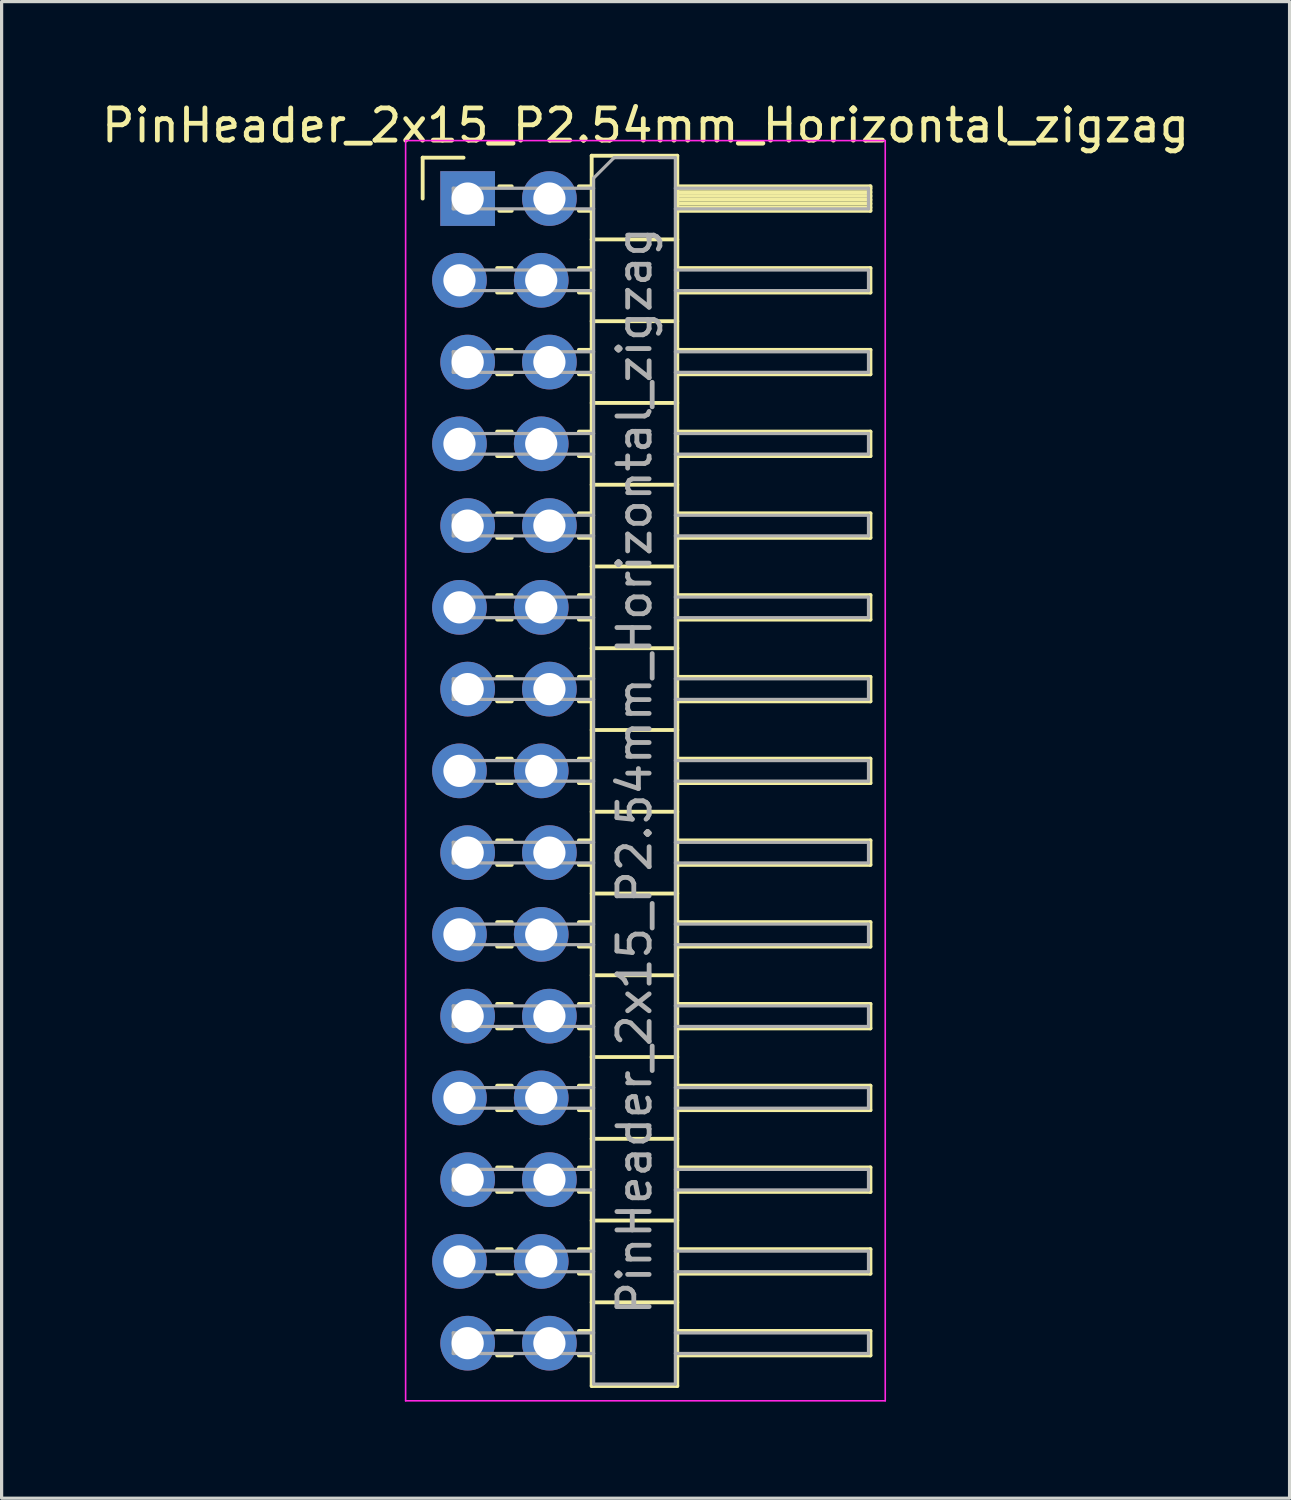
<source format=kicad_pcb>
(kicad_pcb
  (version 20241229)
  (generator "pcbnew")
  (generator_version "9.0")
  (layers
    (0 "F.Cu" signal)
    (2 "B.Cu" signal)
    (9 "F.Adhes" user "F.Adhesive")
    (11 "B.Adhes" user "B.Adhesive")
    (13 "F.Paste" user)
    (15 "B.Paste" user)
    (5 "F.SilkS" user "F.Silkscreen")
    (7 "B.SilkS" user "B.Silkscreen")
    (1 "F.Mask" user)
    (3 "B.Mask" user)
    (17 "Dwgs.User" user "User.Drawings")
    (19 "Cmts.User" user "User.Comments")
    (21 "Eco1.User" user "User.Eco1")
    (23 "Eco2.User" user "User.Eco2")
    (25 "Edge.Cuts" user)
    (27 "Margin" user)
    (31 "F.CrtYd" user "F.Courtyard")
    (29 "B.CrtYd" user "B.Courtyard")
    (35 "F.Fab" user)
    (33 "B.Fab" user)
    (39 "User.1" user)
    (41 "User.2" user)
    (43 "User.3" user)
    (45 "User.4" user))
  (footprint "PinHeader_2x15_P2.54mm_Horizontal_zigzag"
    (layer "F.Cu")
    (at 11.351 3.118)
    (property "Reference" "PinHeader_2x15_P2.54mm_Horizontal_zigzag" (at 5.655 -2.27 0) (layer "F.SilkS") (effects (font (size 1 1) (thickness 0.15))))
    (attr through_hole)
    (fp_line (start -1.27 -1.27) (end 0 -1.27) (stroke (width 0.12) (type solid)) (layer "F.SilkS"))
    (fp_line (start -1.27 0) (end -1.27 -1.27) (stroke (width 0.12) (type solid)) (layer "F.SilkS"))
    (fp_line (start 1.043 2.16) (end 1.497 2.16) (stroke (width 0.12) (type solid)) (layer "F.SilkS"))
    (fp_line (start 1.043 2.92) (end 1.497 2.92) (stroke (width 0.12) (type solid)) (layer "F.SilkS"))
    (fp_line (start 1.043 4.7) (end 1.497 4.7) (stroke (width 0.12) (type solid)) (layer "F.SilkS"))
    (fp_line (start 1.043 5.46) (end 1.497 5.46) (stroke (width 0.12) (type solid)) (layer "F.SilkS"))
    (fp_line (start 1.043 7.24) (end 1.497 7.24) (stroke (width 0.12) (type solid)) (layer "F.SilkS"))
    (fp_line (start 1.043 8) (end 1.497 8) (stroke (width 0.12) (type solid)) (layer "F.SilkS"))
    (fp_line (start 1.043 9.78) (end 1.497 9.78) (stroke (width 0.12) (type solid)) (layer "F.SilkS"))
    (fp_line (start 1.043 10.54) (end 1.497 10.54) (stroke (width 0.12) (type solid)) (layer "F.SilkS"))
    (fp_line (start 1.043 12.32) (end 1.497 12.32) (stroke (width 0.12) (type solid)) (layer "F.SilkS"))
    (fp_line (start 1.043 13.08) (end 1.497 13.08) (stroke (width 0.12) (type solid)) (layer "F.SilkS"))
    (fp_line (start 1.043 14.86) (end 1.497 14.86) (stroke (width 0.12) (type solid)) (layer "F.SilkS"))
    (fp_line (start 1.043 15.62) (end 1.497 15.62) (stroke (width 0.12) (type solid)) (layer "F.SilkS"))
    (fp_line (start 1.043 17.4) (end 1.497 17.4) (stroke (width 0.12) (type solid)) (layer "F.SilkS"))
    (fp_line (start 1.043 18.16) (end 1.497 18.16) (stroke (width 0.12) (type solid)) (layer "F.SilkS"))
    (fp_line (start 1.043 19.94) (end 1.497 19.94) (stroke (width 0.12) (type solid)) (layer "F.SilkS"))
    (fp_line (start 1.043 20.7) (end 1.497 20.7) (stroke (width 0.12) (type solid)) (layer "F.SilkS"))
    (fp_line (start 1.043 22.48) (end 1.497 22.48) (stroke (width 0.12) (type solid)) (layer "F.SilkS"))
    (fp_line (start 1.043 23.24) (end 1.497 23.24) (stroke (width 0.12) (type solid)) (layer "F.SilkS"))
    (fp_line (start 1.043 25.02) (end 1.497 25.02) (stroke (width 0.12) (type solid)) (layer "F.SilkS"))
    (fp_line (start 1.043 25.78) (end 1.497 25.78) (stroke (width 0.12) (type solid)) (layer "F.SilkS"))
    (fp_line (start 1.043 27.56) (end 1.497 27.56) (stroke (width 0.12) (type solid)) (layer "F.SilkS"))
    (fp_line (start 1.043 28.32) (end 1.497 28.32) (stroke (width 0.12) (type solid)) (layer "F.SilkS"))
    (fp_line (start 1.043 30.1) (end 1.497 30.1) (stroke (width 0.12) (type solid)) (layer "F.SilkS"))
    (fp_line (start 1.043 30.86) (end 1.497 30.86) (stroke (width 0.12) (type solid)) (layer "F.SilkS"))
    (fp_line (start 1.043 32.64) (end 1.497 32.64) (stroke (width 0.12) (type solid)) (layer "F.SilkS"))
    (fp_line (start 1.043 33.4) (end 1.497 33.4) (stroke (width 0.12) (type solid)) (layer "F.SilkS"))
    (fp_line (start 1.043 35.18) (end 1.497 35.18) (stroke (width 0.12) (type solid)) (layer "F.SilkS"))
    (fp_line (start 1.043 35.94) (end 1.497 35.94) (stroke (width 0.12) (type solid)) (layer "F.SilkS"))
    (fp_line (start 1.11 -0.38) (end 1.497 -0.38) (stroke (width 0.12) (type solid)) (layer "F.SilkS"))
    (fp_line (start 1.11 0.38) (end 1.497 0.38) (stroke (width 0.12) (type solid)) (layer "F.SilkS"))
    (fp_line (start 3.583 -0.38) (end 3.98 -0.38) (stroke (width 0.12) (type solid)) (layer "F.SilkS"))
    (fp_line (start 3.583 0.38) (end 3.98 0.38) (stroke (width 0.12) (type solid)) (layer "F.SilkS"))
    (fp_line (start 3.583 2.16) (end 3.98 2.16) (stroke (width 0.12) (type solid)) (layer "F.SilkS"))
    (fp_line (start 3.583 2.92) (end 3.98 2.92) (stroke (width 0.12) (type solid)) (layer "F.SilkS"))
    (fp_line (start 3.583 4.7) (end 3.98 4.7) (stroke (width 0.12) (type solid)) (layer "F.SilkS"))
    (fp_line (start 3.583 5.46) (end 3.98 5.46) (stroke (width 0.12) (type solid)) (layer "F.SilkS"))
    (fp_line (start 3.583 7.24) (end 3.98 7.24) (stroke (width 0.12) (type solid)) (layer "F.SilkS"))
    (fp_line (start 3.583 8) (end 3.98 8) (stroke (width 0.12) (type solid)) (layer "F.SilkS"))
    (fp_line (start 3.583 9.78) (end 3.98 9.78) (stroke (width 0.12) (type solid)) (layer "F.SilkS"))
    (fp_line (start 3.583 10.54) (end 3.98 10.54) (stroke (width 0.12) (type solid)) (layer "F.SilkS"))
    (fp_line (start 3.583 12.32) (end 3.98 12.32) (stroke (width 0.12) (type solid)) (layer "F.SilkS"))
    (fp_line (start 3.583 13.08) (end 3.98 13.08) (stroke (width 0.12) (type solid)) (layer "F.SilkS"))
    (fp_line (start 3.583 14.86) (end 3.98 14.86) (stroke (width 0.12) (type solid)) (layer "F.SilkS"))
    (fp_line (start 3.583 15.62) (end 3.98 15.62) (stroke (width 0.12) (type solid)) (layer "F.SilkS"))
    (fp_line (start 3.583 17.4) (end 3.98 17.4) (stroke (width 0.12) (type solid)) (layer "F.SilkS"))
    (fp_line (start 3.583 18.16) (end 3.98 18.16) (stroke (width 0.12) (type solid)) (layer "F.SilkS"))
    (fp_line (start 3.583 19.94) (end 3.98 19.94) (stroke (width 0.12) (type solid)) (layer "F.SilkS"))
    (fp_line (start 3.583 20.7) (end 3.98 20.7) (stroke (width 0.12) (type solid)) (layer "F.SilkS"))
    (fp_line (start 3.583 22.48) (end 3.98 22.48) (stroke (width 0.12) (type solid)) (layer "F.SilkS"))
    (fp_line (start 3.583 23.24) (end 3.98 23.24) (stroke (width 0.12) (type solid)) (layer "F.SilkS"))
    (fp_line (start 3.583 25.02) (end 3.98 25.02) (stroke (width 0.12) (type solid)) (layer "F.SilkS"))
    (fp_line (start 3.583 25.78) (end 3.98 25.78) (stroke (width 0.12) (type solid)) (layer "F.SilkS"))
    (fp_line (start 3.583 27.56) (end 3.98 27.56) (stroke (width 0.12) (type solid)) (layer "F.SilkS"))
    (fp_line (start 3.583 28.32) (end 3.98 28.32) (stroke (width 0.12) (type solid)) (layer "F.SilkS"))
    (fp_line (start 3.583 30.1) (end 3.98 30.1) (stroke (width 0.12) (type solid)) (layer "F.SilkS"))
    (fp_line (start 3.583 30.86) (end 3.98 30.86) (stroke (width 0.12) (type solid)) (layer "F.SilkS"))
    (fp_line (start 3.583 32.64) (end 3.98 32.64) (stroke (width 0.12) (type solid)) (layer "F.SilkS"))
    (fp_line (start 3.583 33.4) (end 3.98 33.4) (stroke (width 0.12) (type solid)) (layer "F.SilkS"))
    (fp_line (start 3.583 35.18) (end 3.98 35.18) (stroke (width 0.12) (type solid)) (layer "F.SilkS"))
    (fp_line (start 3.583 35.94) (end 3.98 35.94) (stroke (width 0.12) (type solid)) (layer "F.SilkS"))
    (fp_line (start 3.98 -1.33) (end 3.98 36.89) (stroke (width 0.12) (type solid)) (layer "F.SilkS"))
    (fp_line (start 3.98 1.27) (end 6.64 1.27) (stroke (width 0.12) (type solid)) (layer "F.SilkS"))
    (fp_line (start 3.98 3.81) (end 6.64 3.81) (stroke (width 0.12) (type solid)) (layer "F.SilkS"))
    (fp_line (start 3.98 6.35) (end 6.64 6.35) (stroke (width 0.12) (type solid)) (layer "F.SilkS"))
    (fp_line (start 3.98 8.89) (end 6.64 8.89) (stroke (width 0.12) (type solid)) (layer "F.SilkS"))
    (fp_line (start 3.98 11.43) (end 6.64 11.43) (stroke (width 0.12) (type solid)) (layer "F.SilkS"))
    (fp_line (start 3.98 13.97) (end 6.64 13.97) (stroke (width 0.12) (type solid)) (layer "F.SilkS"))
    (fp_line (start 3.98 16.51) (end 6.64 16.51) (stroke (width 0.12) (type solid)) (layer "F.SilkS"))
    (fp_line (start 3.98 19.05) (end 6.64 19.05) (stroke (width 0.12) (type solid)) (layer "F.SilkS"))
    (fp_line (start 3.98 21.59) (end 6.64 21.59) (stroke (width 0.12) (type solid)) (layer "F.SilkS"))
    (fp_line (start 3.98 24.13) (end 6.64 24.13) (stroke (width 0.12) (type solid)) (layer "F.SilkS"))
    (fp_line (start 3.98 26.67) (end 6.64 26.67) (stroke (width 0.12) (type solid)) (layer "F.SilkS"))
    (fp_line (start 3.98 29.21) (end 6.64 29.21) (stroke (width 0.12) (type solid)) (layer "F.SilkS"))
    (fp_line (start 3.98 31.75) (end 6.64 31.75) (stroke (width 0.12) (type solid)) (layer "F.SilkS"))
    (fp_line (start 3.98 34.29) (end 6.64 34.29) (stroke (width 0.12) (type solid)) (layer "F.SilkS"))
    (fp_line (start 3.98 36.89) (end 6.64 36.89) (stroke (width 0.12) (type solid)) (layer "F.SilkS"))
    (fp_line (start 6.64 -1.33) (end 3.98 -1.33) (stroke (width 0.12) (type solid)) (layer "F.SilkS"))
    (fp_line (start 6.64 -0.38) (end 12.64 -0.38) (stroke (width 0.12) (type solid)) (layer "F.SilkS"))
    (fp_line (start 6.64 -0.32) (end 12.64 -0.32) (stroke (width 0.12) (type solid)) (layer "F.SilkS"))
    (fp_line (start 6.64 -0.2) (end 12.64 -0.2) (stroke (width 0.12) (type solid)) (layer "F.SilkS"))
    (fp_line (start 6.64 -0.08) (end 12.64 -0.08) (stroke (width 0.12) (type solid)) (layer "F.SilkS"))
    (fp_line (start 6.64 0.04) (end 12.64 0.04) (stroke (width 0.12) (type solid)) (layer "F.SilkS"))
    (fp_line (start 6.64 0.16) (end 12.64 0.16) (stroke (width 0.12) (type solid)) (layer "F.SilkS"))
    (fp_line (start 6.64 0.28) (end 12.64 0.28) (stroke (width 0.12) (type solid)) (layer "F.SilkS"))
    (fp_line (start 6.64 2.16) (end 12.64 2.16) (stroke (width 0.12) (type solid)) (layer "F.SilkS"))
    (fp_line (start 6.64 4.7) (end 12.64 4.7) (stroke (width 0.12) (type solid)) (layer "F.SilkS"))
    (fp_line (start 6.64 7.24) (end 12.64 7.24) (stroke (width 0.12) (type solid)) (layer "F.SilkS"))
    (fp_line (start 6.64 9.78) (end 12.64 9.78) (stroke (width 0.12) (type solid)) (layer "F.SilkS"))
    (fp_line (start 6.64 12.32) (end 12.64 12.32) (stroke (width 0.12) (type solid)) (layer "F.SilkS"))
    (fp_line (start 6.64 14.86) (end 12.64 14.86) (stroke (width 0.12) (type solid)) (layer "F.SilkS"))
    (fp_line (start 6.64 17.4) (end 12.64 17.4) (stroke (width 0.12) (type solid)) (layer "F.SilkS"))
    (fp_line (start 6.64 19.94) (end 12.64 19.94) (stroke (width 0.12) (type solid)) (layer "F.SilkS"))
    (fp_line (start 6.64 22.48) (end 12.64 22.48) (stroke (width 0.12) (type solid)) (layer "F.SilkS"))
    (fp_line (start 6.64 25.02) (end 12.64 25.02) (stroke (width 0.12) (type solid)) (layer "F.SilkS"))
    (fp_line (start 6.64 27.56) (end 12.64 27.56) (stroke (width 0.12) (type solid)) (layer "F.SilkS"))
    (fp_line (start 6.64 30.1) (end 12.64 30.1) (stroke (width 0.12) (type solid)) (layer "F.SilkS"))
    (fp_line (start 6.64 32.64) (end 12.64 32.64) (stroke (width 0.12) (type solid)) (layer "F.SilkS"))
    (fp_line (start 6.64 35.18) (end 12.64 35.18) (stroke (width 0.12) (type solid)) (layer "F.SilkS"))
    (fp_line (start 6.64 36.89) (end 6.64 -1.33) (stroke (width 0.12) (type solid)) (layer "F.SilkS"))
    (fp_line (start 12.64 -0.38) (end 12.64 0.38) (stroke (width 0.12) (type solid)) (layer "F.SilkS"))
    (fp_line (start 12.64 0.38) (end 6.64 0.38) (stroke (width 0.12) (type solid)) (layer "F.SilkS"))
    (fp_line (start 12.64 2.16) (end 12.64 2.92) (stroke (width 0.12) (type solid)) (layer "F.SilkS"))
    (fp_line (start 12.64 2.92) (end 6.64 2.92) (stroke (width 0.12) (type solid)) (layer "F.SilkS"))
    (fp_line (start 12.64 4.7) (end 12.64 5.46) (stroke (width 0.12) (type solid)) (layer "F.SilkS"))
    (fp_line (start 12.64 5.46) (end 6.64 5.46) (stroke (width 0.12) (type solid)) (layer "F.SilkS"))
    (fp_line (start 12.64 7.24) (end 12.64 8) (stroke (width 0.12) (type solid)) (layer "F.SilkS"))
    (fp_line (start 12.64 8) (end 6.64 8) (stroke (width 0.12) (type solid)) (layer "F.SilkS"))
    (fp_line (start 12.64 9.78) (end 12.64 10.54) (stroke (width 0.12) (type solid)) (layer "F.SilkS"))
    (fp_line (start 12.64 10.54) (end 6.64 10.54) (stroke (width 0.12) (type solid)) (layer "F.SilkS"))
    (fp_line (start 12.64 12.32) (end 12.64 13.08) (stroke (width 0.12) (type solid)) (layer "F.SilkS"))
    (fp_line (start 12.64 13.08) (end 6.64 13.08) (stroke (width 0.12) (type solid)) (layer "F.SilkS"))
    (fp_line (start 12.64 14.86) (end 12.64 15.62) (stroke (width 0.12) (type solid)) (layer "F.SilkS"))
    (fp_line (start 12.64 15.62) (end 6.64 15.62) (stroke (width 0.12) (type solid)) (layer "F.SilkS"))
    (fp_line (start 12.64 17.4) (end 12.64 18.16) (stroke (width 0.12) (type solid)) (layer "F.SilkS"))
    (fp_line (start 12.64 18.16) (end 6.64 18.16) (stroke (width 0.12) (type solid)) (layer "F.SilkS"))
    (fp_line (start 12.64 19.94) (end 12.64 20.7) (stroke (width 0.12) (type solid)) (layer "F.SilkS"))
    (fp_line (start 12.64 20.7) (end 6.64 20.7) (stroke (width 0.12) (type solid)) (layer "F.SilkS"))
    (fp_line (start 12.64 22.48) (end 12.64 23.24) (stroke (width 0.12) (type solid)) (layer "F.SilkS"))
    (fp_line (start 12.64 23.24) (end 6.64 23.24) (stroke (width 0.12) (type solid)) (layer "F.SilkS"))
    (fp_line (start 12.64 25.02) (end 12.64 25.78) (stroke (width 0.12) (type solid)) (layer "F.SilkS"))
    (fp_line (start 12.64 25.78) (end 6.64 25.78) (stroke (width 0.12) (type solid)) (layer "F.SilkS"))
    (fp_line (start 12.64 27.56) (end 12.64 28.32) (stroke (width 0.12) (type solid)) (layer "F.SilkS"))
    (fp_line (start 12.64 28.32) (end 6.64 28.32) (stroke (width 0.12) (type solid)) (layer "F.SilkS"))
    (fp_line (start 12.64 30.1) (end 12.64 30.86) (stroke (width 0.12) (type solid)) (layer "F.SilkS"))
    (fp_line (start 12.64 30.86) (end 6.64 30.86) (stroke (width 0.12) (type solid)) (layer "F.SilkS"))
    (fp_line (start 12.64 32.64) (end 12.64 33.4) (stroke (width 0.12) (type solid)) (layer "F.SilkS"))
    (fp_line (start 12.64 33.4) (end 6.64 33.4) (stroke (width 0.12) (type solid)) (layer "F.SilkS"))
    (fp_line (start 12.64 35.18) (end 12.64 35.94) (stroke (width 0.12) (type solid)) (layer "F.SilkS"))
    (fp_line (start 12.64 35.94) (end 6.64 35.94) (stroke (width 0.12) (type solid)) (layer "F.SilkS"))
    (fp_line (start -1.8 -1.8) (end -1.8 37.35) (stroke (width 0.05) (type solid)) (layer "F.CrtYd"))
    (fp_line (start -1.8 37.35) (end 13.1 37.35) (stroke (width 0.05) (type solid)) (layer "F.CrtYd"))
    (fp_line (start 13.1 -1.8) (end -1.8 -1.8) (stroke (width 0.05) (type solid)) (layer "F.CrtYd"))
    (fp_line (start 13.1 37.35) (end 13.1 -1.8) (stroke (width 0.05) (type solid)) (layer "F.CrtYd"))
    (fp_line (start -0.32 -0.32) (end -0.32 0.32) (stroke (width 0.1) (type solid)) (layer "F.Fab"))
    (fp_line (start -0.32 -0.32) (end 4.04 -0.32) (stroke (width 0.1) (type solid)) (layer "F.Fab"))
    (fp_line (start -0.32 0.32) (end 4.04 0.32) (stroke (width 0.1) (type solid)) (layer "F.Fab"))
    (fp_line (start -0.32 2.22) (end -0.32 2.86) (stroke (width 0.1) (type solid)) (layer "F.Fab"))
    (fp_line (start -0.32 2.22) (end 4.04 2.22) (stroke (width 0.1) (type solid)) (layer "F.Fab"))
    (fp_line (start -0.32 2.86) (end 4.04 2.86) (stroke (width 0.1) (type solid)) (layer "F.Fab"))
    (fp_line (start -0.32 4.76) (end -0.32 5.4) (stroke (width 0.1) (type solid)) (layer "F.Fab"))
    (fp_line (start -0.32 4.76) (end 4.04 4.76) (stroke (width 0.1) (type solid)) (layer "F.Fab"))
    (fp_line (start -0.32 5.4) (end 4.04 5.4) (stroke (width 0.1) (type solid)) (layer "F.Fab"))
    (fp_line (start -0.32 7.3) (end -0.32 7.94) (stroke (width 0.1) (type solid)) (layer "F.Fab"))
    (fp_line (start -0.32 7.3) (end 4.04 7.3) (stroke (width 0.1) (type solid)) (layer "F.Fab"))
    (fp_line (start -0.32 7.94) (end 4.04 7.94) (stroke (width 0.1) (type solid)) (layer "F.Fab"))
    (fp_line (start -0.32 9.84) (end -0.32 10.48) (stroke (width 0.1) (type solid)) (layer "F.Fab"))
    (fp_line (start -0.32 9.84) (end 4.04 9.84) (stroke (width 0.1) (type solid)) (layer "F.Fab"))
    (fp_line (start -0.32 10.48) (end 4.04 10.48) (stroke (width 0.1) (type solid)) (layer "F.Fab"))
    (fp_line (start -0.32 12.38) (end -0.32 13.02) (stroke (width 0.1) (type solid)) (layer "F.Fab"))
    (fp_line (start -0.32 12.38) (end 4.04 12.38) (stroke (width 0.1) (type solid)) (layer "F.Fab"))
    (fp_line (start -0.32 13.02) (end 4.04 13.02) (stroke (width 0.1) (type solid)) (layer "F.Fab"))
    (fp_line (start -0.32 14.92) (end -0.32 15.56) (stroke (width 0.1) (type solid)) (layer "F.Fab"))
    (fp_line (start -0.32 14.92) (end 4.04 14.92) (stroke (width 0.1) (type solid)) (layer "F.Fab"))
    (fp_line (start -0.32 15.56) (end 4.04 15.56) (stroke (width 0.1) (type solid)) (layer "F.Fab"))
    (fp_line (start -0.32 17.46) (end -0.32 18.1) (stroke (width 0.1) (type solid)) (layer "F.Fab"))
    (fp_line (start -0.32 17.46) (end 4.04 17.46) (stroke (width 0.1) (type solid)) (layer "F.Fab"))
    (fp_line (start -0.32 18.1) (end 4.04 18.1) (stroke (width 0.1) (type solid)) (layer "F.Fab"))
    (fp_line (start -0.32 20) (end -0.32 20.64) (stroke (width 0.1) (type solid)) (layer "F.Fab"))
    (fp_line (start -0.32 20) (end 4.04 20) (stroke (width 0.1) (type solid)) (layer "F.Fab"))
    (fp_line (start -0.32 20.64) (end 4.04 20.64) (stroke (width 0.1) (type solid)) (layer "F.Fab"))
    (fp_line (start -0.32 22.54) (end -0.32 23.18) (stroke (width 0.1) (type solid)) (layer "F.Fab"))
    (fp_line (start -0.32 22.54) (end 4.04 22.54) (stroke (width 0.1) (type solid)) (layer "F.Fab"))
    (fp_line (start -0.32 23.18) (end 4.04 23.18) (stroke (width 0.1) (type solid)) (layer "F.Fab"))
    (fp_line (start -0.32 25.08) (end -0.32 25.72) (stroke (width 0.1) (type solid)) (layer "F.Fab"))
    (fp_line (start -0.32 25.08) (end 4.04 25.08) (stroke (width 0.1) (type solid)) (layer "F.Fab"))
    (fp_line (start -0.32 25.72) (end 4.04 25.72) (stroke (width 0.1) (type solid)) (layer "F.Fab"))
    (fp_line (start -0.32 27.62) (end -0.32 28.26) (stroke (width 0.1) (type solid)) (layer "F.Fab"))
    (fp_line (start -0.32 27.62) (end 4.04 27.62) (stroke (width 0.1) (type solid)) (layer "F.Fab"))
    (fp_line (start -0.32 28.26) (end 4.04 28.26) (stroke (width 0.1) (type solid)) (layer "F.Fab"))
    (fp_line (start -0.32 30.16) (end -0.32 30.8) (stroke (width 0.1) (type solid)) (layer "F.Fab"))
    (fp_line (start -0.32 30.16) (end 4.04 30.16) (stroke (width 0.1) (type solid)) (layer "F.Fab"))
    (fp_line (start -0.32 30.8) (end 4.04 30.8) (stroke (width 0.1) (type solid)) (layer "F.Fab"))
    (fp_line (start -0.32 32.7) (end -0.32 33.34) (stroke (width 0.1) (type solid)) (layer "F.Fab"))
    (fp_line (start -0.32 32.7) (end 4.04 32.7) (stroke (width 0.1) (type solid)) (layer "F.Fab"))
    (fp_line (start -0.32 33.34) (end 4.04 33.34) (stroke (width 0.1) (type solid)) (layer "F.Fab"))
    (fp_line (start -0.32 35.24) (end -0.32 35.88) (stroke (width 0.1) (type solid)) (layer "F.Fab"))
    (fp_line (start -0.32 35.24) (end 4.04 35.24) (stroke (width 0.1) (type solid)) (layer "F.Fab"))
    (fp_line (start -0.32 35.88) (end 4.04 35.88) (stroke (width 0.1) (type solid)) (layer "F.Fab"))
    (fp_line (start 4.04 -0.635) (end 4.675 -1.27) (stroke (width 0.1) (type solid)) (layer "F.Fab"))
    (fp_line (start 4.04 36.83) (end 4.04 -0.635) (stroke (width 0.1) (type solid)) (layer "F.Fab"))
    (fp_line (start 4.675 -1.27) (end 6.58 -1.27) (stroke (width 0.1) (type solid)) (layer "F.Fab"))
    (fp_line (start 6.58 -1.27) (end 6.58 36.83) (stroke (width 0.1) (type solid)) (layer "F.Fab"))
    (fp_line (start 6.58 -0.32) (end 12.58 -0.32) (stroke (width 0.1) (type solid)) (layer "F.Fab"))
    (fp_line (start 6.58 0.32) (end 12.58 0.32) (stroke (width 0.1) (type solid)) (layer "F.Fab"))
    (fp_line (start 6.58 2.22) (end 12.58 2.22) (stroke (width 0.1) (type solid)) (layer "F.Fab"))
    (fp_line (start 6.58 2.86) (end 12.58 2.86) (stroke (width 0.1) (type solid)) (layer "F.Fab"))
    (fp_line (start 6.58 4.76) (end 12.58 4.76) (stroke (width 0.1) (type solid)) (layer "F.Fab"))
    (fp_line (start 6.58 5.4) (end 12.58 5.4) (stroke (width 0.1) (type solid)) (layer "F.Fab"))
    (fp_line (start 6.58 7.3) (end 12.58 7.3) (stroke (width 0.1) (type solid)) (layer "F.Fab"))
    (fp_line (start 6.58 7.94) (end 12.58 7.94) (stroke (width 0.1) (type solid)) (layer "F.Fab"))
    (fp_line (start 6.58 9.84) (end 12.58 9.84) (stroke (width 0.1) (type solid)) (layer "F.Fab"))
    (fp_line (start 6.58 10.48) (end 12.58 10.48) (stroke (width 0.1) (type solid)) (layer "F.Fab"))
    (fp_line (start 6.58 12.38) (end 12.58 12.38) (stroke (width 0.1) (type solid)) (layer "F.Fab"))
    (fp_line (start 6.58 13.02) (end 12.58 13.02) (stroke (width 0.1) (type solid)) (layer "F.Fab"))
    (fp_line (start 6.58 14.92) (end 12.58 14.92) (stroke (width 0.1) (type solid)) (layer "F.Fab"))
    (fp_line (start 6.58 15.56) (end 12.58 15.56) (stroke (width 0.1) (type solid)) (layer "F.Fab"))
    (fp_line (start 6.58 17.46) (end 12.58 17.46) (stroke (width 0.1) (type solid)) (layer "F.Fab"))
    (fp_line (start 6.58 18.1) (end 12.58 18.1) (stroke (width 0.1) (type solid)) (layer "F.Fab"))
    (fp_line (start 6.58 20) (end 12.58 20) (stroke (width 0.1) (type solid)) (layer "F.Fab"))
    (fp_line (start 6.58 20.64) (end 12.58 20.64) (stroke (width 0.1) (type solid)) (layer "F.Fab"))
    (fp_line (start 6.58 22.54) (end 12.58 22.54) (stroke (width 0.1) (type solid)) (layer "F.Fab"))
    (fp_line (start 6.58 23.18) (end 12.58 23.18) (stroke (width 0.1) (type solid)) (layer "F.Fab"))
    (fp_line (start 6.58 25.08) (end 12.58 25.08) (stroke (width 0.1) (type solid)) (layer "F.Fab"))
    (fp_line (start 6.58 25.72) (end 12.58 25.72) (stroke (width 0.1) (type solid)) (layer "F.Fab"))
    (fp_line (start 6.58 27.62) (end 12.58 27.62) (stroke (width 0.1) (type solid)) (layer "F.Fab"))
    (fp_line (start 6.58 28.26) (end 12.58 28.26) (stroke (width 0.1) (type solid)) (layer "F.Fab"))
    (fp_line (start 6.58 30.16) (end 12.58 30.16) (stroke (width 0.1) (type solid)) (layer "F.Fab"))
    (fp_line (start 6.58 30.8) (end 12.58 30.8) (stroke (width 0.1) (type solid)) (layer "F.Fab"))
    (fp_line (start 6.58 32.7) (end 12.58 32.7) (stroke (width 0.1) (type solid)) (layer "F.Fab"))
    (fp_line (start 6.58 33.34) (end 12.58 33.34) (stroke (width 0.1) (type solid)) (layer "F.Fab"))
    (fp_line (start 6.58 35.24) (end 12.58 35.24) (stroke (width 0.1) (type solid)) (layer "F.Fab"))
    (fp_line (start 6.58 35.88) (end 12.58 35.88) (stroke (width 0.1) (type solid)) (layer "F.Fab"))
    (fp_line (start 6.58 36.83) (end 4.04 36.83) (stroke (width 0.1) (type solid)) (layer "F.Fab"))
    (fp_line (start 12.58 -0.32) (end 12.58 0.32) (stroke (width 0.1) (type solid)) (layer "F.Fab"))
    (fp_line (start 12.58 2.22) (end 12.58 2.86) (stroke (width 0.1) (type solid)) (layer "F.Fab"))
    (fp_line (start 12.58 4.76) (end 12.58 5.4) (stroke (width 0.1) (type solid)) (layer "F.Fab"))
    (fp_line (start 12.58 7.3) (end 12.58 7.94) (stroke (width 0.1) (type solid)) (layer "F.Fab"))
    (fp_line (start 12.58 9.84) (end 12.58 10.48) (stroke (width 0.1) (type solid)) (layer "F.Fab"))
    (fp_line (start 12.58 12.38) (end 12.58 13.02) (stroke (width 0.1) (type solid)) (layer "F.Fab"))
    (fp_line (start 12.58 14.92) (end 12.58 15.56) (stroke (width 0.1) (type solid)) (layer "F.Fab"))
    (fp_line (start 12.58 17.46) (end 12.58 18.1) (stroke (width 0.1) (type solid)) (layer "F.Fab"))
    (fp_line (start 12.58 20) (end 12.58 20.64) (stroke (width 0.1) (type solid)) (layer "F.Fab"))
    (fp_line (start 12.58 22.54) (end 12.58 23.18) (stroke (width 0.1) (type solid)) (layer "F.Fab"))
    (fp_line (start 12.58 25.08) (end 12.58 25.72) (stroke (width 0.1) (type solid)) (layer "F.Fab"))
    (fp_line (start 12.58 27.62) (end 12.58 28.26) (stroke (width 0.1) (type solid)) (layer "F.Fab"))
    (fp_line (start 12.58 30.16) (end 12.58 30.8) (stroke (width 0.1) (type solid)) (layer "F.Fab"))
    (fp_line (start 12.58 32.7) (end 12.58 33.34) (stroke (width 0.1) (type solid)) (layer "F.Fab"))
    (fp_line (start 12.58 35.24) (end 12.58 35.88) (stroke (width 0.1) (type solid)) (layer "F.Fab"))
    (fp_text user "${REFERENCE}" (at 5.31 17.78 90) (layer "F.Fab") (effects (font (size 1 1) (thickness 0.15))))
    (pad "1" thru_hole rect (at 0.127 0) (size 1.7 1.7) (drill 1) (layers "*.Cu" "*.Mask"))
    (pad "2" thru_hole oval (at 2.667 0) (size 1.7 1.7) (drill 1) (layers "*.Cu" "*.Mask"))
    (pad "3" thru_hole oval (at -0.127 2.54) (size 1.7 1.7) (drill 1) (layers "*.Cu" "*.Mask"))
    (pad "4" thru_hole oval (at 2.413 2.54) (size 1.7 1.7) (drill 1) (layers "*.Cu" "*.Mask"))
    (pad "5" thru_hole oval (at 0.127 5.08) (size 1.7 1.7) (drill 1) (layers "*.Cu" "*.Mask"))
    (pad "6" thru_hole oval (at 2.667 5.08) (size 1.7 1.7) (drill 1) (layers "*.Cu" "*.Mask"))
    (pad "7" thru_hole oval (at -0.127 7.62) (size 1.7 1.7) (drill 1) (layers "*.Cu" "*.Mask"))
    (pad "8" thru_hole oval (at 2.413 7.62) (size 1.7 1.7) (drill 1) (layers "*.Cu" "*.Mask"))
    (pad "9" thru_hole oval (at 0.127 10.16) (size 1.7 1.7) (drill 1) (layers "*.Cu" "*.Mask"))
    (pad "10" thru_hole oval (at 2.667 10.16) (size 1.7 1.7) (drill 1) (layers "*.Cu" "*.Mask"))
    (pad "11" thru_hole oval (at -0.127 12.7) (size 1.7 1.7) (drill 1) (layers "*.Cu" "*.Mask"))
    (pad "12" thru_hole oval (at 2.413 12.7) (size 1.7 1.7) (drill 1) (layers "*.Cu" "*.Mask"))
    (pad "13" thru_hole oval (at 0.127 15.24) (size 1.7 1.7) (drill 1) (layers "*.Cu" "*.Mask"))
    (pad "14" thru_hole oval (at 2.667 15.24) (size 1.7 1.7) (drill 1) (layers "*.Cu" "*.Mask"))
    (pad "15" thru_hole oval (at -0.127 17.78) (size 1.7 1.7) (drill 1) (layers "*.Cu" "*.Mask"))
    (pad "16" thru_hole oval (at 2.413 17.78) (size 1.7 1.7) (drill 1) (layers "*.Cu" "*.Mask"))
    (pad "17" thru_hole oval (at 0.127 20.32) (size 1.7 1.7) (drill 1) (layers "*.Cu" "*.Mask"))
    (pad "18" thru_hole oval (at 2.667 20.32) (size 1.7 1.7) (drill 1) (layers "*.Cu" "*.Mask"))
    (pad "19" thru_hole oval (at -0.127 22.86) (size 1.7 1.7) (drill 1) (layers "*.Cu" "*.Mask"))
    (pad "20" thru_hole oval (at 2.413 22.86) (size 1.7 1.7) (drill 1) (layers "*.Cu" "*.Mask"))
    (pad "21" thru_hole oval (at 0.127 25.4) (size 1.7 1.7) (drill 1) (layers "*.Cu" "*.Mask"))
    (pad "22" thru_hole oval (at 2.667 25.4) (size 1.7 1.7) (drill 1) (layers "*.Cu" "*.Mask"))
    (pad "23" thru_hole oval (at -0.127 27.94) (size 1.7 1.7) (drill 1) (layers "*.Cu" "*.Mask"))
    (pad "24" thru_hole oval (at 2.413 27.94) (size 1.7 1.7) (drill 1) (layers "*.Cu" "*.Mask"))
    (pad "25" thru_hole oval (at 0.127 30.48) (size 1.7 1.7) (drill 1) (layers "*.Cu" "*.Mask"))
    (pad "26" thru_hole oval (at 2.667 30.48) (size 1.7 1.7) (drill 1) (layers "*.Cu" "*.Mask"))
    (pad "27" thru_hole oval (at -0.127 33.02) (size 1.7 1.7) (drill 1) (layers "*.Cu" "*.Mask"))
    (pad "28" thru_hole oval (at 2.413 33.02) (size 1.7 1.7) (drill 1) (layers "*.Cu" "*.Mask"))
    (pad "29" thru_hole oval (at 0.127 35.56) (size 1.7 1.7) (drill 1) (layers "*.Cu" "*.Mask"))
    (pad "30" thru_hole oval (at 2.667 35.56) (size 1.7 1.7) (drill 1) (layers "*.Cu" "*.Mask")))
  (gr_rect
    (start -3 -3)
    (end 37.012 43.493)
    (stroke (width 0.1) (type default))
    (fill no)
    (layer "Edge.Cuts")))
</source>
